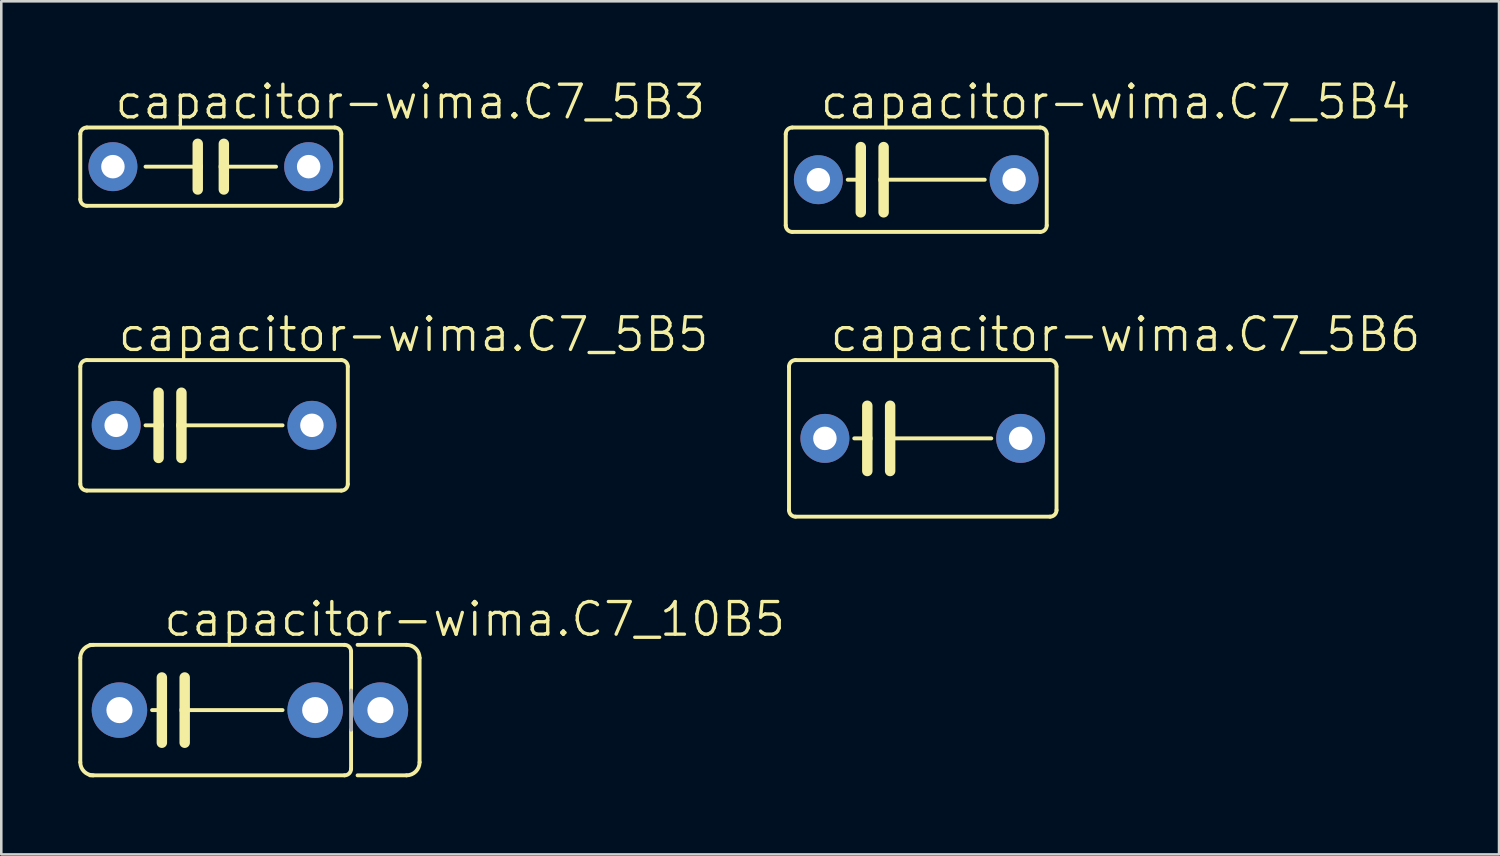
<source format=kicad_pcb>
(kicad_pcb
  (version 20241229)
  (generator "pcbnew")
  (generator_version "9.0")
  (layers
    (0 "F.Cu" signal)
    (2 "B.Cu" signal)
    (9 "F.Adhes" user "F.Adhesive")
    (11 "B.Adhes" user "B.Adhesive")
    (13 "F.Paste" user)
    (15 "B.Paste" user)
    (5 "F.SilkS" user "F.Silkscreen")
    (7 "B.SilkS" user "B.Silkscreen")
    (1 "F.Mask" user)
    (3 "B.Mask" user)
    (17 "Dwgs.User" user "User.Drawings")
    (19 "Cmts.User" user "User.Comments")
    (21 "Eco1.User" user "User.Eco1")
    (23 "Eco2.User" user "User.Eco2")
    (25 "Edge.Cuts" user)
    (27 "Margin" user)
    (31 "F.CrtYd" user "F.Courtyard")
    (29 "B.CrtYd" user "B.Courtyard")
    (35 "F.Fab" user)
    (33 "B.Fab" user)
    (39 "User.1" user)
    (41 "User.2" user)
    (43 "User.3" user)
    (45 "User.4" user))
  (footprint "capacitor-wima.C7_5B3"
    (layer "F.Cu")
    (at 5.156 3.438)
    (property "Reference" "capacitor-wima.C7_5B3" (at -3.81 -1.778 0) (layer "F.SilkS") (effects (font (size 1.27 1.27) (thickness 0.13)) (justify left bottom)))
    (attr through_hole)
    (fp_line (start -5.08 -1.27) (end -5.08 1.27) (stroke (width 0.152) (type default)) (layer "F.SilkS"))
    (fp_line (start -4.826 1.524) (end 4.826 1.524) (stroke (width 0.152) (type default)) (layer "F.SilkS"))
    (fp_line (start -2.54 0) (end -0.508 0) (stroke (width 0.152) (type default)) (layer "F.SilkS"))
    (fp_line (start -0.508 -0.889) (end -0.508 0) (stroke (width 0.406) (type default)) (layer "F.SilkS"))
    (fp_line (start -0.508 0) (end -0.508 0.889) (stroke (width 0.406) (type default)) (layer "F.SilkS"))
    (fp_line (start 0.508 -0.889) (end 0.508 0) (stroke (width 0.406) (type default)) (layer "F.SilkS"))
    (fp_line (start 0.508 0) (end 0.508 0.889) (stroke (width 0.406) (type default)) (layer "F.SilkS"))
    (fp_line (start 0.508 0) (end 2.54 0) (stroke (width 0.152) (type default)) (layer "F.SilkS"))
    (fp_line (start 4.826 -1.524) (end -4.826 -1.524) (stroke (width 0.152) (type default)) (layer "F.SilkS"))
    (fp_line (start 5.08 1.27) (end 5.08 -1.27) (stroke (width 0.152) (type default)) (layer "F.SilkS"))
    (fp_arc (start -5.08 -1.27) (mid -5.005605 -1.449605) (end -4.826 -1.524) (stroke (width 0.1524) (type default)) (layer "F.SilkS"))
    (fp_arc (start -4.826 1.524) (mid -5.005605 1.449605) (end -5.08 1.27) (stroke (width 0.1524) (type default)) (layer "F.SilkS"))
    (fp_arc (start 4.826 -1.524) (mid 5.005605 -1.449605) (end 5.08 -1.27) (stroke (width 0.1524) (type default)) (layer "F.SilkS"))
    (fp_arc (start 5.08 1.27) (mid 5.005605 1.449605) (end 4.826 1.524) (stroke (width 0.1524) (type default)) (layer "F.SilkS"))
    (pad "1" thru_hole circle (at -3.81 0) (size 1.905 1.905) (drill 0.914) (layers "*.Cu" "*.Mask"))
    (pad "2" thru_hole circle (at 3.81 0) (size 1.905 1.905) (drill 0.914) (layers "*.Cu" "*.Mask")))
  (footprint "capacitor-wima.C7_5B6"
    (layer "F.Cu")
    (at 32.873 14.016)
    (property "Reference" "capacitor-wima.C7_5B6" (at -3.683 -3.302 0) (layer "F.SilkS") (effects (font (size 1.27 1.27) (thickness 0.13)) (justify left bottom)))
    (attr through_hole)
    (fp_line (start -5.207 -2.794) (end -5.207 2.794) (stroke (width 0.152) (type default)) (layer "F.SilkS"))
    (fp_line (start -4.953 3.048) (end 4.953 3.048) (stroke (width 0.152) (type default)) (layer "F.SilkS"))
    (fp_line (start -2.667 0) (end -2.159 0) (stroke (width 0.152) (type default)) (layer "F.SilkS"))
    (fp_line (start -2.159 -1.27) (end -2.159 0) (stroke (width 0.406) (type default)) (layer "F.SilkS"))
    (fp_line (start -2.159 0) (end -2.159 1.27) (stroke (width 0.406) (type default)) (layer "F.SilkS"))
    (fp_line (start -1.27 -1.27) (end -1.27 0) (stroke (width 0.406) (type default)) (layer "F.SilkS"))
    (fp_line (start -1.27 0) (end -1.27 1.27) (stroke (width 0.406) (type default)) (layer "F.SilkS"))
    (fp_line (start -1.27 0) (end 2.667 0) (stroke (width 0.152) (type default)) (layer "F.SilkS"))
    (fp_line (start 4.953 -3.048) (end -4.953 -3.048) (stroke (width 0.152) (type default)) (layer "F.SilkS"))
    (fp_line (start 5.207 2.794) (end 5.207 -2.794) (stroke (width 0.152) (type default)) (layer "F.SilkS"))
    (fp_arc (start -5.207 -2.794) (mid -5.132605 -2.973605) (end -4.953 -3.048) (stroke (width 0.1524) (type default)) (layer "F.SilkS"))
    (fp_arc (start -4.953 3.048) (mid -5.132605 2.973605) (end -5.207 2.794) (stroke (width 0.1524) (type default)) (layer "F.SilkS"))
    (fp_arc (start 4.953 -3.048) (mid 5.132605 -2.973605) (end 5.207 -2.794) (stroke (width 0.1524) (type default)) (layer "F.SilkS"))
    (fp_arc (start 5.207 2.794) (mid 5.132605 2.973605) (end 4.953 3.048) (stroke (width 0.1524) (type default)) (layer "F.SilkS"))
    (pad "1" thru_hole circle (at -3.81 0) (size 1.905 1.905) (drill 0.914) (layers "*.Cu" "*.Mask"))
    (pad "2" thru_hole circle (at 3.81 0) (size 1.905 1.905) (drill 0.914) (layers "*.Cu" "*.Mask")))
  (footprint "capacitor-wima.C7_10B5"
    (layer "F.Cu")
    (at 6.68 24.594)
    (property "Reference" "capacitor-wima.C7_10B5" (at -3.429 -2.794 0) (layer "F.SilkS") (effects (font (size 1.27 1.27) (thickness 0.13)) (justify left bottom)))
    (attr through_hole)
    (fp_line (start -6.604 2.032) (end -6.604 -2.032) (stroke (width 0.152) (type default)) (layer "F.SilkS"))
    (fp_line (start -6.223 2.54) (end 3.683 2.54) (stroke (width 0.152) (type default)) (layer "F.SilkS"))
    (fp_line (start -3.81 0) (end -3.429 0) (stroke (width 0.152) (type default)) (layer "F.SilkS"))
    (fp_line (start -3.429 -1.27) (end -3.429 0) (stroke (width 0.406) (type default)) (layer "F.SilkS"))
    (fp_line (start -3.429 0) (end -3.429 1.27) (stroke (width 0.406) (type default)) (layer "F.SilkS"))
    (fp_line (start -2.54 -1.27) (end -2.54 0) (stroke (width 0.406) (type default)) (layer "F.SilkS"))
    (fp_line (start -2.54 0) (end -2.54 1.27) (stroke (width 0.406) (type default)) (layer "F.SilkS"))
    (fp_line (start 1.27 0) (end -2.54 0) (stroke (width 0.152) (type default)) (layer "F.SilkS"))
    (fp_line (start 3.683 -2.54) (end -6.223 -2.54) (stroke (width 0.152) (type default)) (layer "F.SilkS"))
    (fp_line (start 3.937 -0.762) (end 3.937 -2.286) (stroke (width 0.152) (type default)) (layer "F.SilkS"))
    (fp_line (start 3.937 2.286) (end 3.937 0.762) (stroke (width 0.152) (type default)) (layer "F.SilkS"))
    (fp_line (start 6.096 -2.54) (end 4.191 -2.54) (stroke (width 0.152) (type default)) (layer "F.SilkS"))
    (fp_line (start 6.096 2.54) (end 4.191 2.54) (stroke (width 0.152) (type default)) (layer "F.SilkS"))
    (fp_line (start 6.604 -2.032) (end 6.604 2.032) (stroke (width 0.152) (type default)) (layer "F.SilkS"))
    (fp_arc (start -6.604 -2.032) (mid -6.45521 -2.39121) (end -6.096 -2.54) (stroke (width 0.1524) (type default)) (layer "F.SilkS"))
    (fp_arc (start -6.096 2.54) (mid -6.45521 2.39121) (end -6.604 2.032) (stroke (width 0.1524) (type default)) (layer "F.SilkS"))
    (fp_arc (start 3.683 -2.54) (mid 3.862605 -2.465605) (end 3.937 -2.286) (stroke (width 0.1524) (type default)) (layer "F.SilkS"))
    (fp_arc (start 3.937 2.286) (mid 3.862605 2.465605) (end 3.683 2.54) (stroke (width 0.1524) (type default)) (layer "F.SilkS"))
    (fp_arc (start 6.096 -2.54) (mid 6.45521 -2.39121) (end 6.604 -2.032) (stroke (width 0.1524) (type default)) (layer "F.SilkS"))
    (fp_arc (start 6.604 2.032) (mid 6.45521 2.39121) (end 6.096 2.54) (stroke (width 0.1524) (type default)) (layer "F.SilkS"))
    (fp_line (start 3.937 0.762) (end 3.937 -0.762) (stroke (width 0.152) (type default)) (layer "F.Fab"))
    (pad "1" thru_hole circle (at -5.08 0) (size 2.159 2.159) (drill 1.016) (layers "*.Cu" "*.Mask"))
    (pad "2" thru_hole circle (at 2.54 0) (size 2.159 2.159) (drill 1.016) (layers "*.Cu" "*.Mask"))
    (pad "3" thru_hole circle (at 5.08 0) (size 2.159 2.159) (drill 1.016) (layers "*.Cu" "*.Mask")))
  (footprint "capacitor-wima.C7_5B5"
    (layer "F.Cu")
    (at 5.283 13.508)
    (property "Reference" "capacitor-wima.C7_5B5" (at -3.81 -2.794 0) (layer "F.SilkS") (effects (font (size 1.27 1.27) (thickness 0.13)) (justify left bottom)))
    (attr through_hole)
    (fp_line (start -5.207 -2.286) (end -5.207 2.286) (stroke (width 0.152) (type default)) (layer "F.SilkS"))
    (fp_line (start -4.953 2.54) (end 4.953 2.54) (stroke (width 0.152) (type default)) (layer "F.SilkS"))
    (fp_line (start -2.667 0) (end -2.159 0) (stroke (width 0.152) (type default)) (layer "F.SilkS"))
    (fp_line (start -2.159 -1.27) (end -2.159 0) (stroke (width 0.406) (type default)) (layer "F.SilkS"))
    (fp_line (start -2.159 0) (end -2.159 1.27) (stroke (width 0.406) (type default)) (layer "F.SilkS"))
    (fp_line (start -1.27 -1.27) (end -1.27 0) (stroke (width 0.406) (type default)) (layer "F.SilkS"))
    (fp_line (start -1.27 0) (end -1.27 1.27) (stroke (width 0.406) (type default)) (layer "F.SilkS"))
    (fp_line (start -1.27 0) (end 2.667 0) (stroke (width 0.152) (type default)) (layer "F.SilkS"))
    (fp_line (start 4.953 -2.54) (end -4.953 -2.54) (stroke (width 0.152) (type default)) (layer "F.SilkS"))
    (fp_line (start 5.207 2.286) (end 5.207 -2.286) (stroke (width 0.152) (type default)) (layer "F.SilkS"))
    (fp_arc (start -5.207 -2.286) (mid -5.132605 -2.465605) (end -4.953 -2.54) (stroke (width 0.1524) (type default)) (layer "F.SilkS"))
    (fp_arc (start -4.953 2.54) (mid -5.132605 2.465605) (end -5.207 2.286) (stroke (width 0.1524) (type default)) (layer "F.SilkS"))
    (fp_arc (start 4.953 -2.54) (mid 5.132605 -2.465605) (end 5.207 -2.286) (stroke (width 0.1524) (type default)) (layer "F.SilkS"))
    (fp_arc (start 5.207 2.286) (mid 5.132605 2.465605) (end 4.953 2.54) (stroke (width 0.1524) (type default)) (layer "F.SilkS"))
    (pad "1" thru_hole circle (at -3.81 0) (size 1.905 1.905) (drill 0.914) (layers "*.Cu" "*.Mask"))
    (pad "2" thru_hole circle (at 3.81 0) (size 1.905 1.905) (drill 0.914) (layers "*.Cu" "*.Mask")))
  (footprint "capacitor-wima.C7_5B4"
    (layer "F.Cu")
    (at 32.619 3.946)
    (property "Reference" "capacitor-wima.C7_5B4" (at -3.81 -2.286 0) (layer "F.SilkS") (effects (font (size 1.27 1.27) (thickness 0.13)) (justify left bottom)))
    (attr through_hole)
    (fp_line (start -5.08 -1.778) (end -5.08 1.778) (stroke (width 0.152) (type default)) (layer "F.SilkS"))
    (fp_line (start -4.826 2.032) (end 4.826 2.032) (stroke (width 0.152) (type default)) (layer "F.SilkS"))
    (fp_line (start -2.667 0) (end -2.159 0) (stroke (width 0.152) (type default)) (layer "F.SilkS"))
    (fp_line (start -2.159 -1.27) (end -2.159 0) (stroke (width 0.406) (type default)) (layer "F.SilkS"))
    (fp_line (start -2.159 0) (end -2.159 1.27) (stroke (width 0.406) (type default)) (layer "F.SilkS"))
    (fp_line (start -1.27 -1.27) (end -1.27 0) (stroke (width 0.406) (type default)) (layer "F.SilkS"))
    (fp_line (start -1.27 0) (end -1.27 1.27) (stroke (width 0.406) (type default)) (layer "F.SilkS"))
    (fp_line (start -1.27 0) (end 2.667 0) (stroke (width 0.152) (type default)) (layer "F.SilkS"))
    (fp_line (start 4.826 -2.032) (end -4.826 -2.032) (stroke (width 0.152) (type default)) (layer "F.SilkS"))
    (fp_line (start 5.08 1.778) (end 5.08 -1.778) (stroke (width 0.152) (type default)) (layer "F.SilkS"))
    (fp_arc (start -5.08 -1.778) (mid -5.005605 -1.957605) (end -4.826 -2.032) (stroke (width 0.1524) (type default)) (layer "F.SilkS"))
    (fp_arc (start -4.826 2.032) (mid -5.005605 1.957605) (end -5.08 1.778) (stroke (width 0.1524) (type default)) (layer "F.SilkS"))
    (fp_arc (start 4.826 -2.032) (mid 5.005605 -1.957605) (end 5.08 -1.778) (stroke (width 0.1524) (type default)) (layer "F.SilkS"))
    (fp_arc (start 5.08 1.778) (mid 5.005605 1.957605) (end 4.826 2.032) (stroke (width 0.1524) (type default)) (layer "F.SilkS"))
    (pad "1" thru_hole circle (at -3.81 0) (size 1.905 1.905) (drill 0.914) (layers "*.Cu" "*.Mask"))
    (pad "2" thru_hole circle (at 3.81 0) (size 1.905 1.905) (drill 0.914) (layers "*.Cu" "*.Mask")))
  (gr_rect
    (start -3 -3)
    (end 55.307 30.211)
    (stroke (width 0.1) (type default))
    (fill no)
    (layer "Edge.Cuts")))
</source>
